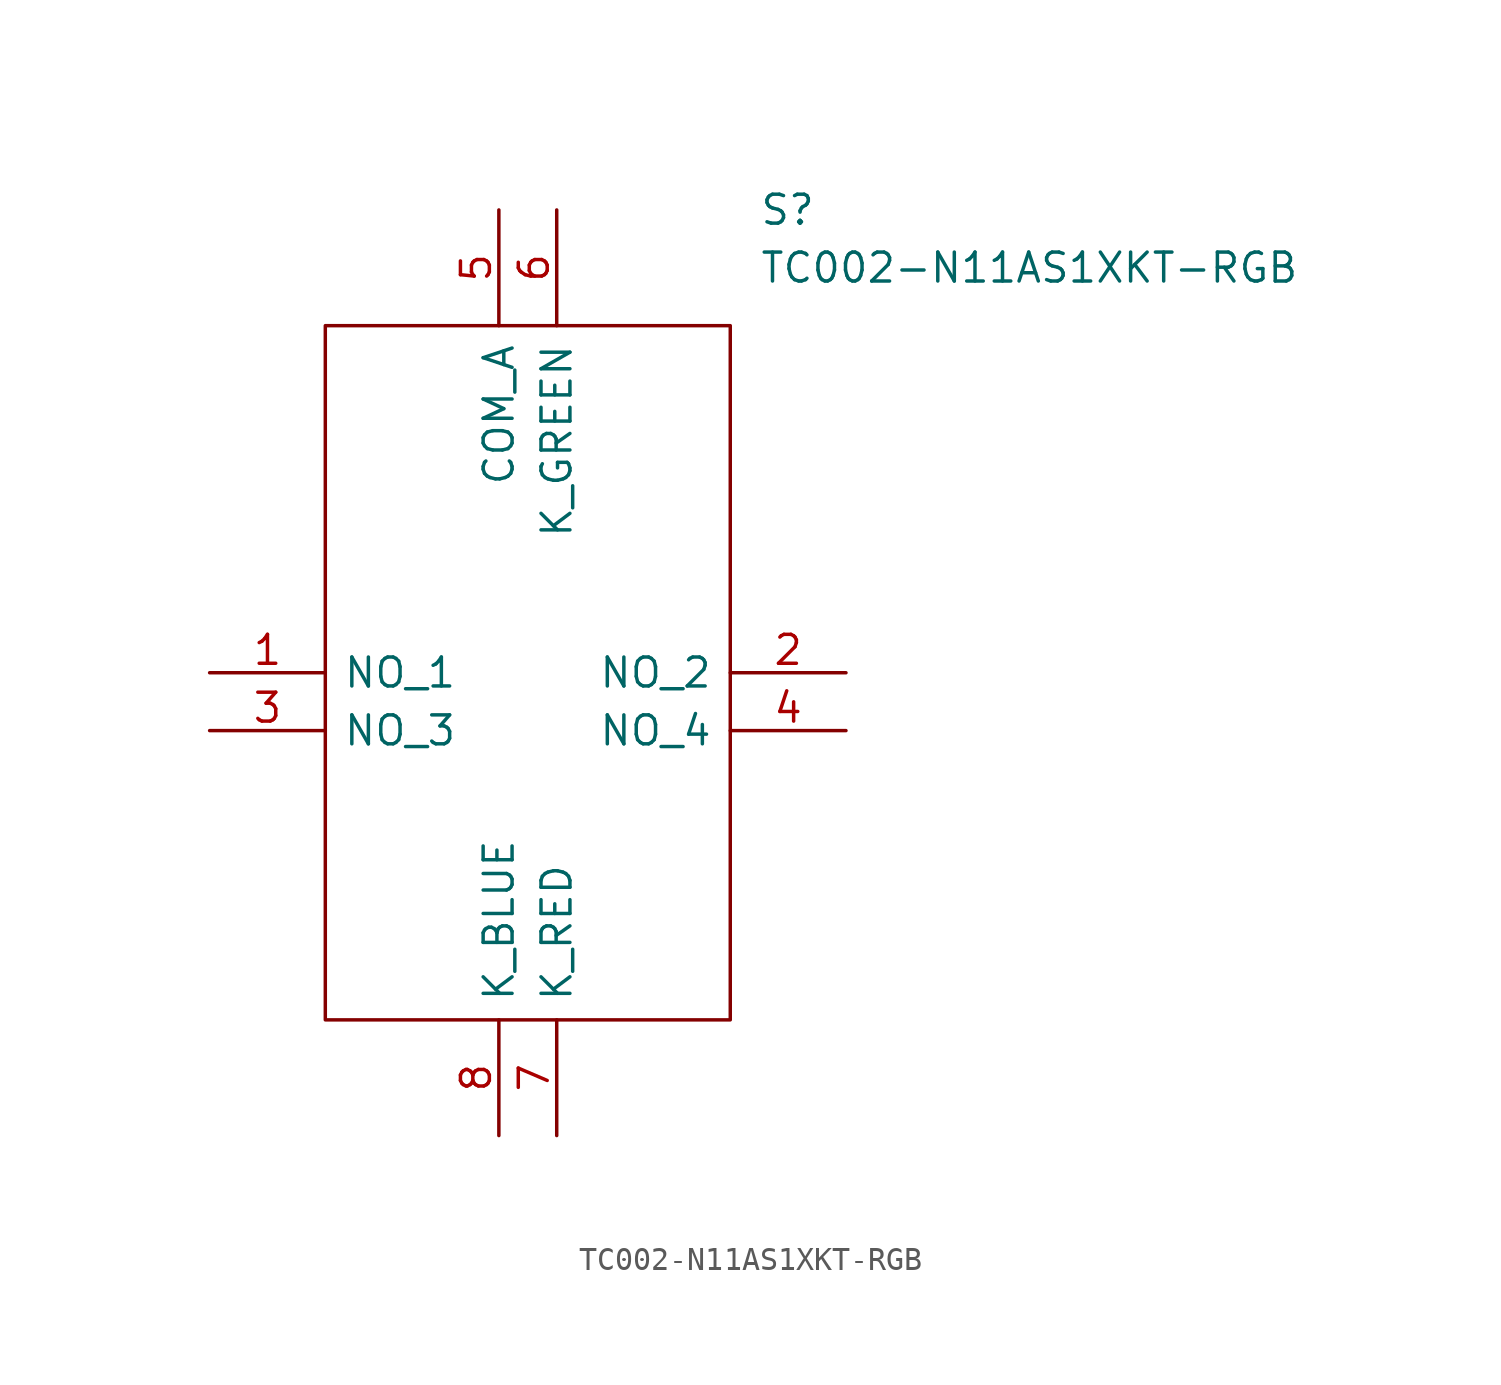
<source format=kicad_sym>
(kicad_symbol_lib
  (version 20211014)
  (generator kicad_symbol_editor)
  (symbol "TC002-N11AS1XKT-RGB"
    (pin_names
      (offset 0.762))
    (property "Reference" "S"
      (at 24.13 20.32 0)
      (effects (font (size 1.27 1.27)) (justify left)))
    (property "Value" "TC002-N11AS1XKT-RGB"
      (at 24.13 17.78 0)
      (effects (font (size 1.27 1.27)) (justify left)))
    (symbol "TC002-N11AS1XKT-RGB_0_0"
      (pin passive line (at 0 0 0) (length 5.08) (name "NO_1" (effects (font (size 1.27 1.27)))) (number "1" (effects (font (size 1.27 1.27)))))
      (pin passive line (at 27.94 0 180) (length 5.08) (name "NO_2" (effects (font (size 1.27 1.27)))) (number "2" (effects (font (size 1.27 1.27)))))
      (pin passive line (at 0 -2.54 0) (length 5.08) (name "NO_3" (effects (font (size 1.27 1.27)))) (number "3" (effects (font (size 1.27 1.27)))))
      (pin passive line (at 27.94 -2.54 180) (length 5.08) (name "NO_4" (effects (font (size 1.27 1.27)))) (number "4" (effects (font (size 1.27 1.27)))))
      (pin passive line (at 12.7 20.32 270) (length 5.08) (name "COM_A" (effects (font (size 1.27 1.27)))) (number "5" (effects (font (size 1.27 1.27)))))
      (pin passive line (at 15.24 20.32 270) (length 5.08) (name "K_GREEN" (effects (font (size 1.27 1.27)))) (number "6" (effects (font (size 1.27 1.27)))))
      (pin passive line (at 15.24 -20.32 90) (length 5.08) (name "K_RED" (effects (font (size 1.27 1.27)))) (number "7" (effects (font (size 1.27 1.27)))))
      (pin passive line (at 12.7 -20.32 90) (length 5.08) (name "K_BLUE" (effects (font (size 1.27 1.27)))) (number "8" (effects (font (size 1.27 1.27))))))
    (symbol "TC002-N11AS1XKT-RGB_0_1"
      (polyline (pts (xy 5.08 15.24) (xy 22.86 15.24) (xy 22.86 -15.24) (xy 5.08 -15.24) (xy 5.08 15.24)) (stroke (width 0.152) (type default) (color 0 0 0 0)) (fill (type none))))))
</source>
